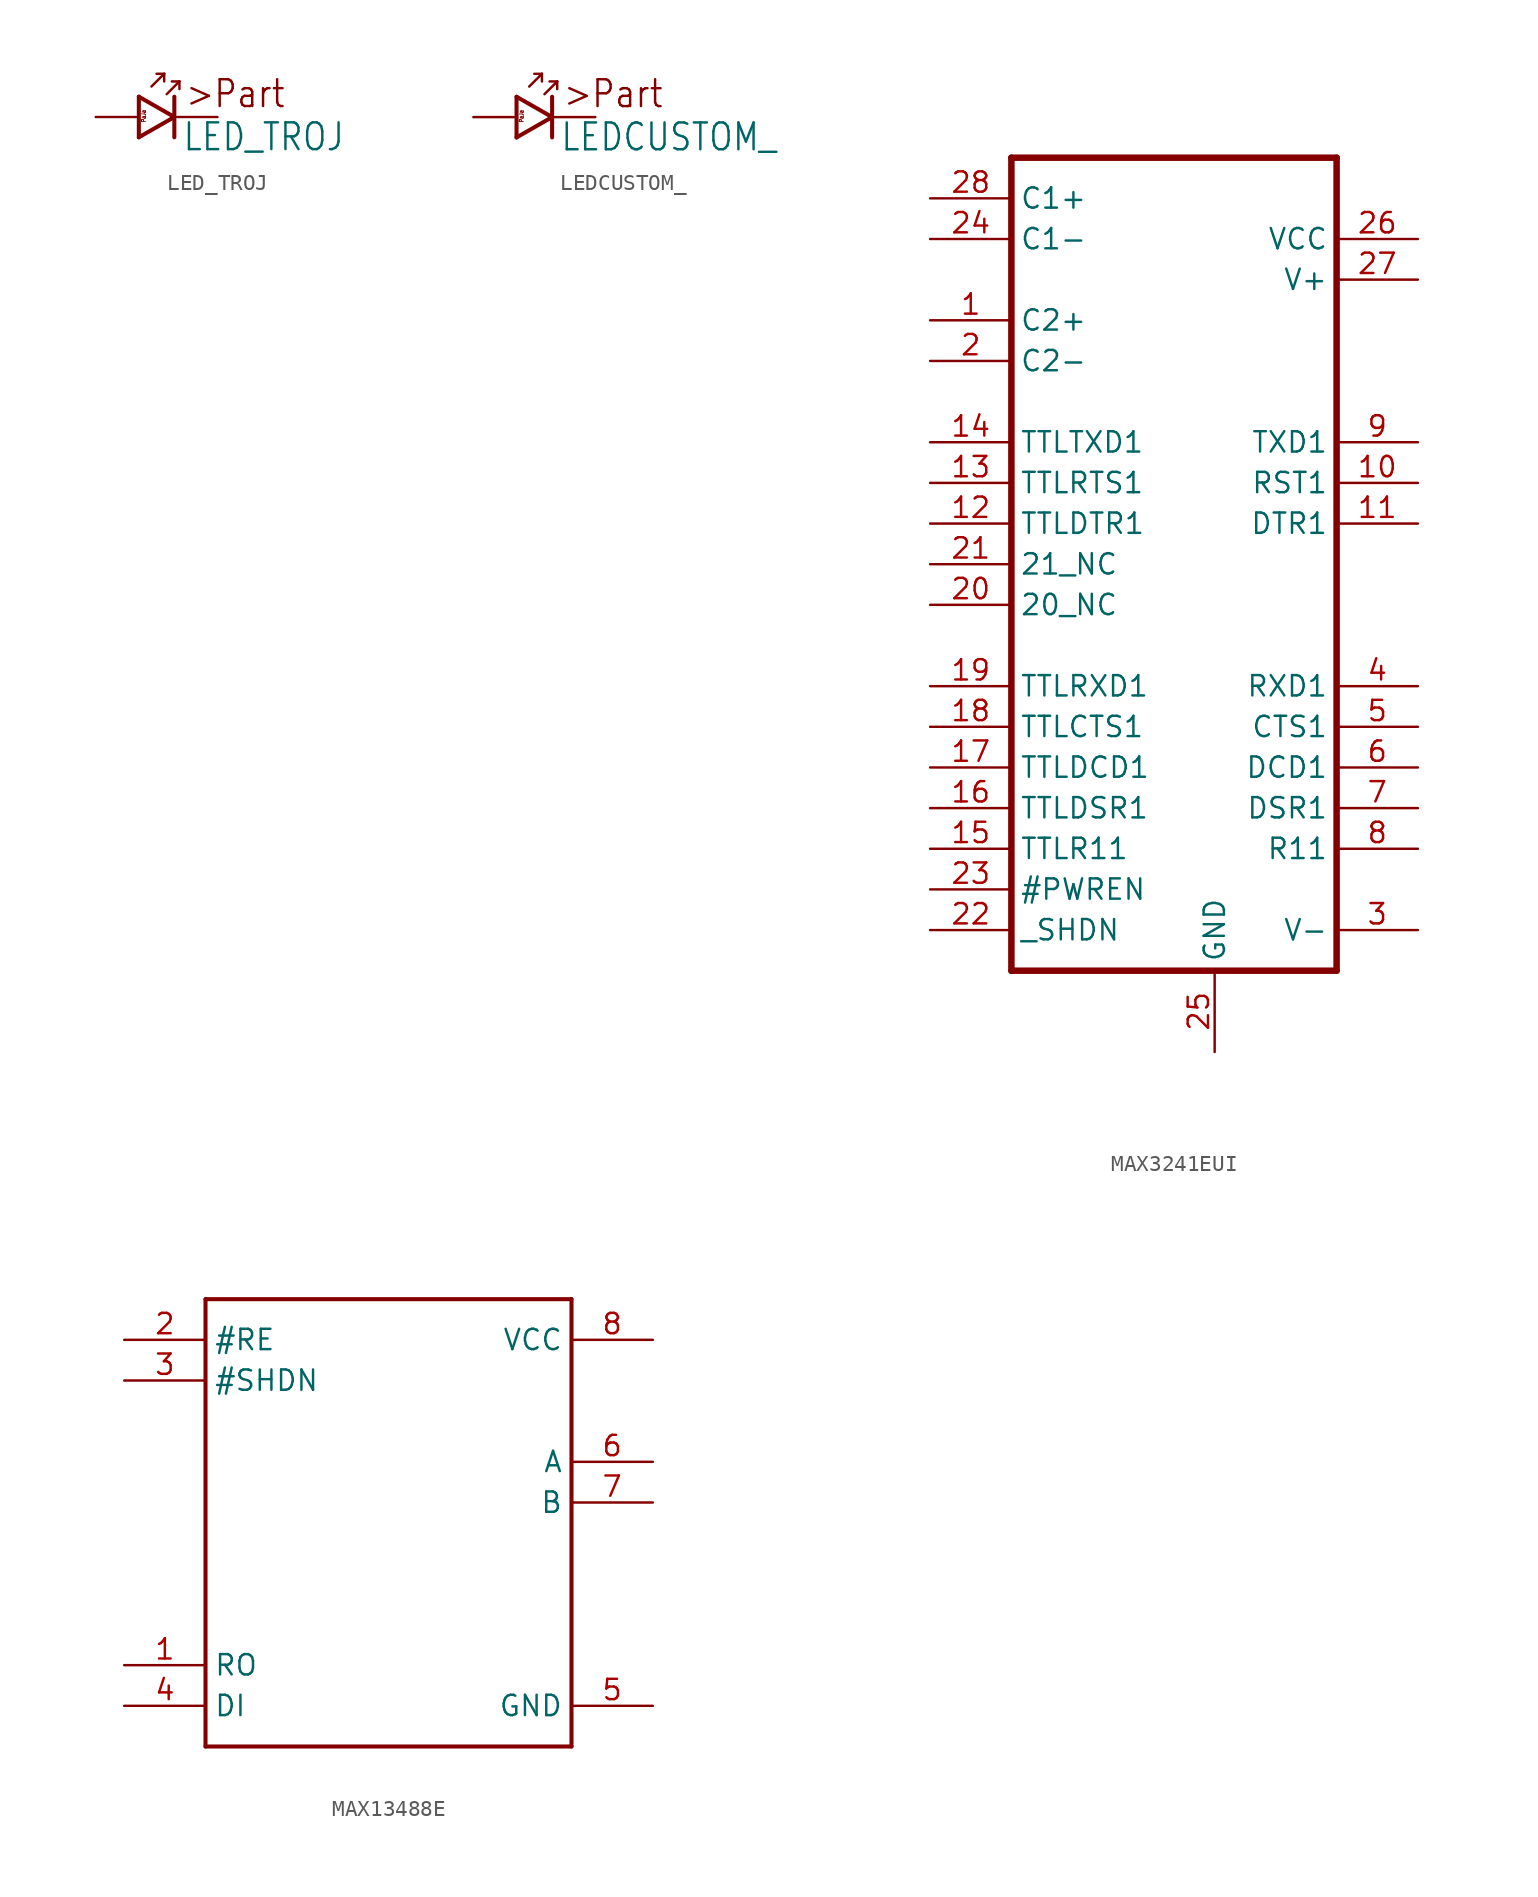
<source format=kicad_sym>
(kicad_symbol_lib
  (version 20211014)
  (generator kicad_symbol_editor)
  (symbol "LED_TROJ"
    (property "Reference" "D"
      (at 0 0 0)
      (effects (font (size 1.27 1.27)) hide))
    (property "Value" "LED_TROJ"
      (at 2.857 -2.222 0)
      (effects (font (size 1.676 1.425)) (justify left bottom)))
    (property "ki_locked" ""
      (at 0 0 0)
      (effects (font (size 1.27 1.27))))
    (symbol "LED_TROJ_1_0"
      (polyline (pts (xy 0.159 -1.27) (xy 0.159 1.27)) (stroke (width 0.254) (type default) (color 0 0 0 0)) (fill (type none)))
      (polyline (pts (xy 0.159 1.27) (xy 2.381 0)) (stroke (width 0.254) (type default) (color 0 0 0 0)) (fill (type none)))
      (polyline (pts (xy 0.95 1.909) (xy 1.745 2.704)) (stroke (width 0.155) (type default) (color 0 0 0 0)) (fill (type none)))
      (polyline (pts (xy 1.745 2.704) (xy 1.268 2.704)) (stroke (width 0.155) (type default) (color 0 0 0 0)) (fill (type none)))
      (polyline (pts (xy 1.745 2.704) (xy 1.745 2.227)) (stroke (width 0.155) (type default) (color 0 0 0 0)) (fill (type none)))
      (polyline (pts (xy 1.904 1.431) (xy 2.699 2.227)) (stroke (width 0.155) (type default) (color 0 0 0 0)) (fill (type none)))
      (polyline (pts (xy 2.381 0) (xy 0.159 -1.27)) (stroke (width 0.254) (type default) (color 0 0 0 0)) (fill (type none)))
      (polyline (pts (xy 2.381 0) (xy 2.381 -1.27)) (stroke (width 0.254) (type default) (color 0 0 0 0)) (fill (type none)))
      (polyline (pts (xy 2.381 1.27) (xy 2.381 0)) (stroke (width 0.254) (type default) (color 0 0 0 0)) (fill (type none)))
      (polyline (pts (xy 2.699 2.227) (xy 2.222 2.227)) (stroke (width 0.155) (type default) (color 0 0 0 0)) (fill (type none)))
      (polyline (pts (xy 2.699 2.227) (xy 2.699 1.75)) (stroke (width 0.155) (type default) (color 0 0 0 0)) (fill (type none)))
      (text ">Part" (at 3.016 0.476 0) (effects (font (size 1.676 1.425)) (justify left bottom)))
      (text "PaJa" (at 0.317 0.476 900) (effects (font (size 0.254 0.216)) (justify right top)))
      (pin passive line (at -2.54 0 0) (length 2.54) (name "A" (effects (font (size 0 0)))) (number "A" (effects (font (size 0 0)))))
      (pin passive line (at 5.08 0 180) (length 2.54) (name "K" (effects (font (size 0 0)))) (number "K" (effects (font (size 0 0)))))))
  (symbol "LEDCUSTOM_"
    (property "Reference" "D"
      (at 0 0 0)
      (effects (font (size 1.27 1.27)) hide))
    (property "Value" "LEDCUSTOM_"
      (at 2.857 -2.222 0)
      (effects (font (size 1.676 1.425)) (justify left bottom)))
    (property "ki_locked" ""
      (at 0 0 0)
      (effects (font (size 1.27 1.27))))
    (symbol "LEDCUSTOM__1_0"
      (polyline (pts (xy 0.159 -1.27) (xy 0.159 1.27)) (stroke (width 0.254) (type default) (color 0 0 0 0)) (fill (type none)))
      (polyline (pts (xy 0.159 1.27) (xy 2.381 0)) (stroke (width 0.254) (type default) (color 0 0 0 0)) (fill (type none)))
      (polyline (pts (xy 0.95 1.909) (xy 1.745 2.704)) (stroke (width 0.155) (type default) (color 0 0 0 0)) (fill (type none)))
      (polyline (pts (xy 1.745 2.704) (xy 1.268 2.704)) (stroke (width 0.155) (type default) (color 0 0 0 0)) (fill (type none)))
      (polyline (pts (xy 1.745 2.704) (xy 1.745 2.227)) (stroke (width 0.155) (type default) (color 0 0 0 0)) (fill (type none)))
      (polyline (pts (xy 1.904 1.431) (xy 2.699 2.227)) (stroke (width 0.155) (type default) (color 0 0 0 0)) (fill (type none)))
      (polyline (pts (xy 2.381 0) (xy 0.159 -1.27)) (stroke (width 0.254) (type default) (color 0 0 0 0)) (fill (type none)))
      (polyline (pts (xy 2.381 0) (xy 2.381 -1.27)) (stroke (width 0.254) (type default) (color 0 0 0 0)) (fill (type none)))
      (polyline (pts (xy 2.381 1.27) (xy 2.381 0)) (stroke (width 0.254) (type default) (color 0 0 0 0)) (fill (type none)))
      (polyline (pts (xy 2.699 2.227) (xy 2.222 2.227)) (stroke (width 0.155) (type default) (color 0 0 0 0)) (fill (type none)))
      (polyline (pts (xy 2.699 2.227) (xy 2.699 1.75)) (stroke (width 0.155) (type default) (color 0 0 0 0)) (fill (type none)))
      (text ">Part" (at 3.016 0.476 0) (effects (font (size 1.676 1.425)) (justify left bottom)))
      (text "PaJa" (at 0.317 0.476 900) (effects (font (size 0.254 0.216)) (justify right top)))
      (pin passive line (at -2.54 0 0) (length 2.54) (name "A" (effects (font (size 0 0)))) (number "1" (effects (font (size 0 0)))))
      (pin passive line (at 5.08 0 180) (length 2.54) (name "K" (effects (font (size 0 0)))) (number "2" (effects (font (size 0 0)))))))
  (symbol "MAX3241EUI"
    (property "Reference" ""
      (at 0 0 0)
      (effects (font (size 1.27 1.27)) hide))
    (property "ki_locked" ""
      (at 0 0 0)
      (effects (font (size 1.27 1.27))))
    (symbol "MAX3241EUI_1_0"
      (polyline (pts (xy 0 0) (xy 0 50.8)) (stroke (width 0.406) (type default) (color 0 0 0 0)) (fill (type none)))
      (polyline (pts (xy 0 50.8) (xy 20.32 50.8)) (stroke (width 0.406) (type default) (color 0 0 0 0)) (fill (type none)))
      (polyline (pts (xy 20.32 0) (xy 0 0)) (stroke (width 0.406) (type default) (color 0 0 0 0)) (fill (type none)))
      (polyline (pts (xy 20.32 50.8) (xy 20.32 0)) (stroke (width 0.406) (type default) (color 0 0 0 0)) (fill (type none)))
      (pin bidirectional line (at -5.08 40.64 0) (length 5.08) (name "C2+" (effects (font (size 1.27 1.27)))) (number "1" (effects (font (size 1.27 1.27)))))
      (pin bidirectional line (at 25.4 30.48 180) (length 5.08) (name "RST1" (effects (font (size 1.27 1.27)))) (number "10" (effects (font (size 1.27 1.27)))))
      (pin bidirectional line (at 25.4 27.94 180) (length 5.08) (name "DTR1" (effects (font (size 1.27 1.27)))) (number "11" (effects (font (size 1.27 1.27)))))
      (pin bidirectional line (at -5.08 27.94 0) (length 5.08) (name "TTLDTR1" (effects (font (size 1.27 1.27)))) (number "12" (effects (font (size 1.27 1.27)))))
      (pin bidirectional line (at -5.08 30.48 0) (length 5.08) (name "TTLRTS1" (effects (font (size 1.27 1.27)))) (number "13" (effects (font (size 1.27 1.27)))))
      (pin bidirectional line (at -5.08 33.02 0) (length 5.08) (name "TTLTXD1" (effects (font (size 1.27 1.27)))) (number "14" (effects (font (size 1.27 1.27)))))
      (pin bidirectional line (at -5.08 7.62 0) (length 5.08) (name "TTLR11" (effects (font (size 1.27 1.27)))) (number "15" (effects (font (size 1.27 1.27)))))
      (pin bidirectional line (at -5.08 10.16 0) (length 5.08) (name "TTLDSR1" (effects (font (size 1.27 1.27)))) (number "16" (effects (font (size 1.27 1.27)))))
      (pin bidirectional line (at -5.08 12.7 0) (length 5.08) (name "TTLDCD1" (effects (font (size 1.27 1.27)))) (number "17" (effects (font (size 1.27 1.27)))))
      (pin bidirectional line (at -5.08 15.24 0) (length 5.08) (name "TTLCTS1" (effects (font (size 1.27 1.27)))) (number "18" (effects (font (size 1.27 1.27)))))
      (pin bidirectional line (at -5.08 17.78 0) (length 5.08) (name "TTLRXD1" (effects (font (size 1.27 1.27)))) (number "19" (effects (font (size 1.27 1.27)))))
      (pin bidirectional line (at -5.08 38.1 0) (length 5.08) (name "C2-" (effects (font (size 1.27 1.27)))) (number "2" (effects (font (size 1.27 1.27)))))
      (pin bidirectional line (at -5.08 22.86 0) (length 5.08) (name "20_NC" (effects (font (size 1.27 1.27)))) (number "20" (effects (font (size 1.27 1.27)))))
      (pin bidirectional line (at -5.08 25.4 0) (length 5.08) (name "21_NC" (effects (font (size 1.27 1.27)))) (number "21" (effects (font (size 1.27 1.27)))))
      (pin bidirectional line (at -5.08 2.54 0) (length 5.08) (name "_SHDN" (effects (font (size 1.27 1.27)))) (number "22" (effects (font (size 1.27 1.27)))))
      (pin bidirectional line (at -5.08 5.08 0) (length 5.08) (name "#PWREN" (effects (font (size 1.27 1.27)))) (number "23" (effects (font (size 1.27 1.27)))))
      (pin bidirectional line (at -5.08 45.72 0) (length 5.08) (name "C1-" (effects (font (size 1.27 1.27)))) (number "24" (effects (font (size 1.27 1.27)))))
      (pin bidirectional line (at 12.7 -5.08 90) (length 5.08) (name "GND" (effects (font (size 1.27 1.27)))) (number "25" (effects (font (size 1.27 1.27)))))
      (pin bidirectional line (at 25.4 45.72 180) (length 5.08) (name "VCC" (effects (font (size 1.27 1.27)))) (number "26" (effects (font (size 1.27 1.27)))))
      (pin bidirectional line (at 25.4 43.18 180) (length 5.08) (name "V+" (effects (font (size 1.27 1.27)))) (number "27" (effects (font (size 1.27 1.27)))))
      (pin bidirectional line (at -5.08 48.26 0) (length 5.08) (name "C1+" (effects (font (size 1.27 1.27)))) (number "28" (effects (font (size 1.27 1.27)))))
      (pin bidirectional line (at 25.4 2.54 180) (length 5.08) (name "V-" (effects (font (size 1.27 1.27)))) (number "3" (effects (font (size 1.27 1.27)))))
      (pin bidirectional line (at 25.4 17.78 180) (length 5.08) (name "RXD1" (effects (font (size 1.27 1.27)))) (number "4" (effects (font (size 1.27 1.27)))))
      (pin bidirectional line (at 25.4 15.24 180) (length 5.08) (name "CTS1" (effects (font (size 1.27 1.27)))) (number "5" (effects (font (size 1.27 1.27)))))
      (pin bidirectional line (at 25.4 12.7 180) (length 5.08) (name "DCD1" (effects (font (size 1.27 1.27)))) (number "6" (effects (font (size 1.27 1.27)))))
      (pin bidirectional line (at 25.4 10.16 180) (length 5.08) (name "DSR1" (effects (font (size 1.27 1.27)))) (number "7" (effects (font (size 1.27 1.27)))))
      (pin bidirectional line (at 25.4 7.62 180) (length 5.08) (name "R11" (effects (font (size 1.27 1.27)))) (number "8" (effects (font (size 1.27 1.27)))))
      (pin bidirectional line (at 25.4 33.02 180) (length 5.08) (name "TXD1" (effects (font (size 1.27 1.27)))) (number "9" (effects (font (size 1.27 1.27)))))))
  (symbol "MAX13488E"
    (property "Reference" ""
      (at 0 0 0)
      (effects (font (size 1.27 1.27)) hide))
    (property "ki_locked" ""
      (at 0 0 0)
      (effects (font (size 1.27 1.27))))
    (symbol "MAX13488E_1_0"
      (polyline (pts (xy 5.08 -5.08) (xy 5.08 22.86)) (stroke (width 0.254) (type default) (color 0 0 0 0)) (fill (type none)))
      (polyline (pts (xy 5.08 22.86) (xy 27.94 22.86)) (stroke (width 0.254) (type default) (color 0 0 0 0)) (fill (type none)))
      (polyline (pts (xy 27.94 -5.08) (xy 5.08 -5.08)) (stroke (width 0.254) (type default) (color 0 0 0 0)) (fill (type none)))
      (polyline (pts (xy 27.94 22.86) (xy 27.94 -5.08)) (stroke (width 0.254) (type default) (color 0 0 0 0)) (fill (type none)))
      (pin bidirectional line (at 0 0 0) (length 5.08) (name "RO" (effects (font (size 1.27 1.27)))) (number "1" (effects (font (size 1.27 1.27)))))
      (pin bidirectional line (at 0 20.32 0) (length 5.08) (name "#RE" (effects (font (size 1.27 1.27)))) (number "2" (effects (font (size 1.27 1.27)))))
      (pin bidirectional line (at 0 17.78 0) (length 5.08) (name "#SHDN" (effects (font (size 1.27 1.27)))) (number "3" (effects (font (size 1.27 1.27)))))
      (pin bidirectional line (at 0 -2.54 0) (length 5.08) (name "DI" (effects (font (size 1.27 1.27)))) (number "4" (effects (font (size 1.27 1.27)))))
      (pin bidirectional line (at 33.02 -2.54 180) (length 5.08) (name "GND" (effects (font (size 1.27 1.27)))) (number "5" (effects (font (size 1.27 1.27)))))
      (pin bidirectional line (at 33.02 12.7 180) (length 5.08) (name "A" (effects (font (size 1.27 1.27)))) (number "6" (effects (font (size 1.27 1.27)))))
      (pin bidirectional line (at 33.02 10.16 180) (length 5.08) (name "B" (effects (font (size 1.27 1.27)))) (number "7" (effects (font (size 1.27 1.27)))))
      (pin bidirectional line (at 33.02 20.32 180) (length 5.08) (name "VCC" (effects (font (size 1.27 1.27)))) (number "8" (effects (font (size 1.27 1.27))))))))
</source>
